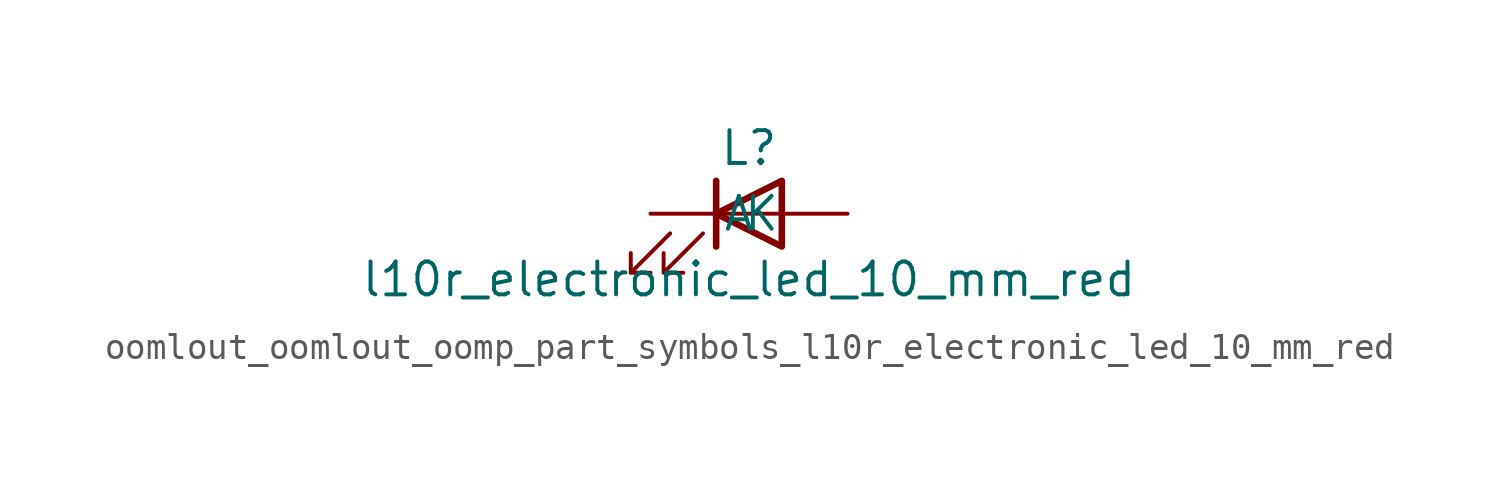
<source format=kicad_sym>
(kicad_symbol_lib
  (version 20220914)
  (generator kicad_symbol_editor)
  (symbol "oomlout_oomlout_oomp_part_symbols_l10r_electronic_led_10_mm_red"
    (pin_numbers hide)
    (pin_names
      (offset 1.016))
    (property "Reference" "L"
      (at 0 2.54 0)
      (effects (font (size 1.27 1.27))))
    (property "Value" "l10r_electronic_led_10_mm_red"
      (at 0 -2.54 0)
      (effects (font (size 1.27 1.27))))
    (symbol "oomlout_oomlout_oomp_part_symbols_l10r_electronic_led_10_mm_red_0_1"
      (polyline (pts (xy -1.27 -1.27) (xy -1.27 1.27)) (stroke (width 0.254) (type default)) (fill (type none)))
      (polyline (pts (xy -1.27 0) (xy 1.27 0)) (stroke (width 0) (type default)) (fill (type none)))
      (polyline (pts (xy 1.27 -1.27) (xy 1.27 1.27) (xy -1.27 0) (xy 1.27 -1.27)) (stroke (width 0.254) (type default)) (fill (type none)))
      (polyline (pts (xy -3.048 -0.762) (xy -4.572 -2.286) (xy -3.81 -2.286) (xy -4.572 -2.286) (xy -4.572 -1.524)) (stroke (width 0) (type default)) (fill (type none)))
      (polyline (pts (xy -1.778 -0.762) (xy -3.302 -2.286) (xy -2.54 -2.286) (xy -3.302 -2.286) (xy -3.302 -1.524)) (stroke (width 0) (type default)) (fill (type none))))
    (symbol "oomlout_oomlout_oomp_part_symbols_l10r_electronic_led_10_mm_red_1_1"
      (pin passive line (at -3.81 0 0) (length 2.54) (name "K" (effects (font (size 1.27 1.27)))) (number "1" (effects (font (size 1.27 1.27)))))
      (pin passive line (at 3.81 0 180) (length 2.54) (name "A" (effects (font (size 1.27 1.27)))) (number "2" (effects (font (size 1.27 1.27))))))))
</source>
